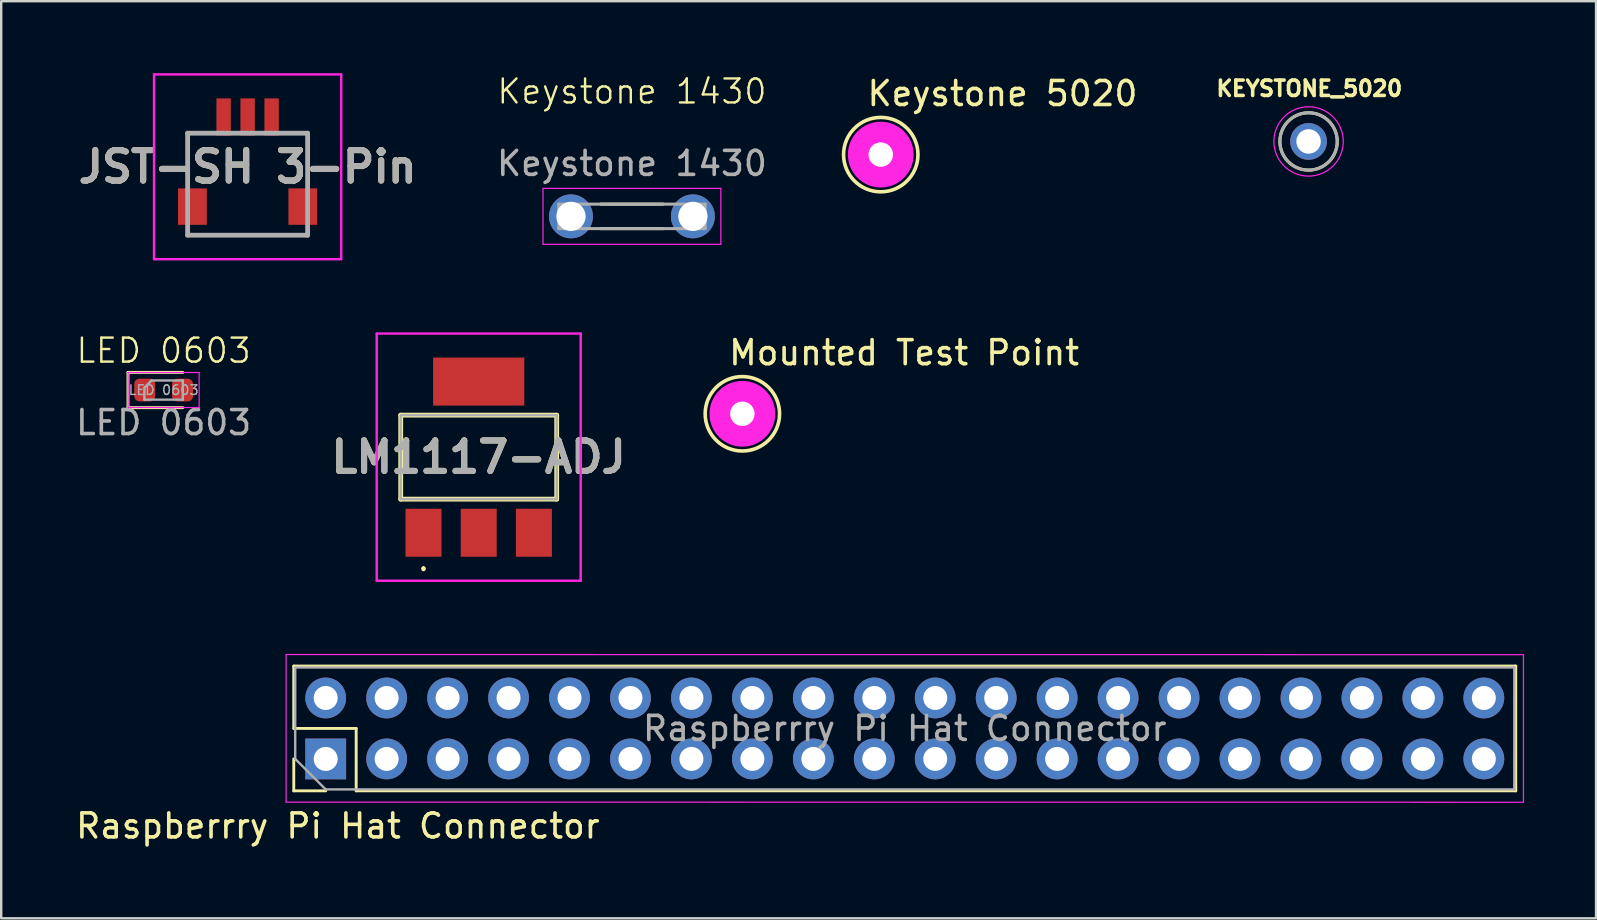
<source format=kicad_pcb>
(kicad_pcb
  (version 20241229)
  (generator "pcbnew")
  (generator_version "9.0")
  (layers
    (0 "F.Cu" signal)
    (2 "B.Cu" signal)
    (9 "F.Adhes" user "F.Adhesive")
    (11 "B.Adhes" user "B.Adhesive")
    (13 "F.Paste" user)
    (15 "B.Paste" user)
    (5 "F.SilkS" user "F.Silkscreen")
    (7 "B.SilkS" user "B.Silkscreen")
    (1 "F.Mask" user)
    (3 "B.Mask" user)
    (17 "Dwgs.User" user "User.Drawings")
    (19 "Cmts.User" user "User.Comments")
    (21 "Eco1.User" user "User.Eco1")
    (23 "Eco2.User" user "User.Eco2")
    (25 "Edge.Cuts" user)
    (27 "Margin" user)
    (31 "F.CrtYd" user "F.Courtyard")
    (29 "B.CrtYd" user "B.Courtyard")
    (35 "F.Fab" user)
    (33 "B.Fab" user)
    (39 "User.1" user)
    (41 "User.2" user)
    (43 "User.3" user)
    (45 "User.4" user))
  (footprint "LM1117-ADJ"
    (layer "F.Cu")
    (at 16.898 16)
    (property "Reference" "LM1117-ADJ" (at 0 0 0) (layer "F.SilkS") (effects (font (size 1.27 1.27) (thickness 0.254))))
    (attr smd)
    (fp_line (start -3.25 -1.75) (end 3.25 -1.75) (stroke (width 0.2) (type solid)) (layer "F.SilkS"))
    (fp_line (start -3.25 1.75) (end -3.25 -1.75) (stroke (width 0.2) (type solid)) (layer "F.SilkS"))
    (fp_line (start -2.3 4.6) (end -2.3 4.6) (stroke (width 0.1) (type solid)) (layer "F.SilkS"))
    (fp_line (start -2.3 4.7) (end -2.3 4.7) (stroke (width 0.1) (type solid)) (layer "F.SilkS"))
    (fp_line (start 3.25 -1.75) (end 3.25 1.75) (stroke (width 0.2) (type solid)) (layer "F.SilkS"))
    (fp_line (start 3.25 1.75) (end -3.25 1.75) (stroke (width 0.2) (type solid)) (layer "F.SilkS"))
    (fp_arc (start -2.3 4.6) (mid -2.25 4.65) (end -2.3 4.7) (stroke (width 0.1) (type solid)) (layer "F.SilkS"))
    (fp_arc (start -2.3 4.7) (mid -2.35 4.65) (end -2.3 4.6) (stroke (width 0.1) (type solid)) (layer "F.SilkS"))
    (fp_line (start -4.25 -5.15) (end 4.25 -5.15) (stroke (width 0.1) (type solid)) (layer "F.CrtYd"))
    (fp_line (start -4.25 5.15) (end -4.25 -5.15) (stroke (width 0.1) (type solid)) (layer "F.CrtYd"))
    (fp_line (start 4.25 -5.15) (end 4.25 5.15) (stroke (width 0.1) (type solid)) (layer "F.CrtYd"))
    (fp_line (start 4.25 5.15) (end -4.25 5.15) (stroke (width 0.1) (type solid)) (layer "F.CrtYd"))
    (fp_line (start -3.25 -1.75) (end 3.25 -1.75) (stroke (width 0.1) (type solid)) (layer "F.Fab"))
    (fp_line (start -3.25 1.75) (end -3.25 -1.75) (stroke (width 0.1) (type solid)) (layer "F.Fab"))
    (fp_line (start 3.25 -1.75) (end 3.25 1.75) (stroke (width 0.1) (type solid)) (layer "F.Fab"))
    (fp_line (start 3.25 1.75) (end -3.25 1.75) (stroke (width 0.1) (type solid)) (layer "F.Fab"))
    (fp_text user "${REFERENCE}" (at 0 0 0) (layer "F.Fab") (effects (font (size 1.27 1.27) (thickness 0.254))))
    (pad "1" smd rect (at -2.3 3.15) (size 1.5 2) (layers "F.Cu" "F.Mask" "F.Paste"))
    (pad "2" smd rect (at 0 3.15) (size 1.5 2) (layers "F.Cu" "F.Mask" "F.Paste"))
    (pad "3" smd rect (at 2.3 3.15) (size 1.5 2) (layers "F.Cu" "F.Mask" "F.Paste"))
    (pad "4" smd rect (at 0 -3.15 90) (size 2 3.8) (layers "F.Cu" "F.Mask" "F.Paste")))
  (footprint "Mounted Test Point"
    (layer "F.Cu")
    (at 27.885 14.193)
    (property "Reference" "Mounted Test Point" (at -0.645 -2.545 0) (layer "F.SilkS") (effects (font (size 1 1) (thickness 0.15)) (justify left)))
    (attr through_hole)
    (fp_circle (center 0 0) (end 1.55 0) (stroke (width 0.15) (type solid)) (fill no) (layer "F.SilkS"))
    (fp_circle (center 0 0) (end 0.685 0) (stroke (width 1.37) (type solid)) (fill no) (layer "F.CrtYd"))
    (fp_circle (center 0 0) (end 1.195 0) (stroke (width 0.15) (type solid)) (fill no) (layer "F.Fab"))
    (pad "1" thru_hole rect (at 0 0) (size 1.57 1.57) (drill 1.02) (layers "*.Cu")))
  (footprint "Keystone 1430"
    (layer "F.Cu")
    (at 23.283 5.944)
    (property "Reference" "Keystone 1430" (at 0 -5.183 0) (unlocked yes) (layer "F.SilkS") (effects (font (size 1 1) (thickness 0.1))))
    (attr through_hole)
    (fp_line (start -1.3 0.532) (end 1.3 0.532) (stroke (width 0.127) (type solid)) (layer "F.SilkS"))
    (fp_line (start 1.3 -0.488) (end -1.3 -0.488) (stroke (width 0.127) (type solid)) (layer "F.SilkS"))
    (fp_line (start -3.705 -1.143) (end -3.705 1.187) (stroke (width 0.05) (type solid)) (layer "F.CrtYd"))
    (fp_line (start -3.705 1.187) (end 3.705 1.187) (stroke (width 0.05) (type solid)) (layer "F.CrtYd"))
    (fp_line (start 3.705 -1.143) (end -3.705 -1.143) (stroke (width 0.05) (type solid)) (layer "F.CrtYd"))
    (fp_line (start 3.705 1.187) (end 3.705 -1.143) (stroke (width 0.05) (type solid)) (layer "F.CrtYd"))
    (fp_line (start -3.05 -0.488) (end -3.05 0.532) (stroke (width 0.127) (type solid)) (layer "F.Fab"))
    (fp_line (start -3.05 0.532) (end 3.05 0.532) (stroke (width 0.127) (type solid)) (layer "F.Fab"))
    (fp_line (start 3.05 -0.488) (end -3.05 -0.488) (stroke (width 0.127) (type solid)) (layer "F.Fab"))
    (fp_line (start 3.05 0.532) (end 3.05 -0.488) (stroke (width 0.127) (type solid)) (layer "F.Fab"))
    (fp_text user "${REFERENCE}" (at 0 -2.183 0) (unlocked yes) (layer "F.Fab") (effects (font (size 1 1) (thickness 0.15))))
    (pad "1" thru_hole circle (at -2.54 0.022) (size 1.83 1.83) (drill 1.22) (layers "*.Cu" "*.Mask"))
    (pad "2" thru_hole circle (at 2.54 0.022) (size 1.83 1.83) (drill 1.22) (layers "*.Cu" "*.Mask")))
  (footprint "LED 0603"
    (layer "F.Cu")
    (at 3.768 13.171)
    (property "Reference" "LED 0603" (at 0 -1.611 0) (unlocked yes) (layer "F.SilkS") (effects (font (size 1 1) (thickness 0.1))))
    (attr smd)
    (fp_line (start -1.485 -0.703) (end -1.485 0.767) (stroke (width 0.12) (type solid)) (layer "F.SilkS"))
    (fp_line (start -1.485 0.767) (end 0.8 0.767) (stroke (width 0.12) (type solid)) (layer "F.SilkS"))
    (fp_line (start 0.8 -0.703) (end -1.485 -0.703) (stroke (width 0.12) (type solid)) (layer "F.SilkS"))
    (fp_line (start -1.48 -0.698) (end 1.48 -0.698) (stroke (width 0.05) (type solid)) (layer "F.CrtYd"))
    (fp_line (start -1.48 0.762) (end -1.48 -0.698) (stroke (width 0.05) (type solid)) (layer "F.CrtYd"))
    (fp_line (start 1.48 -0.698) (end 1.48 0.762) (stroke (width 0.05) (type solid)) (layer "F.CrtYd"))
    (fp_line (start 1.48 0.762) (end -1.48 0.762) (stroke (width 0.05) (type solid)) (layer "F.CrtYd"))
    (fp_line (start -0.8 -0.068) (end -0.8 0.432) (stroke (width 0.1) (type solid)) (layer "F.Fab"))
    (fp_line (start -0.8 0.432) (end 0.8 0.432) (stroke (width 0.1) (type solid)) (layer "F.Fab"))
    (fp_line (start -0.5 -0.368) (end -0.8 -0.068) (stroke (width 0.1) (type solid)) (layer "F.Fab"))
    (fp_line (start 0.8 -0.368) (end -0.5 -0.368) (stroke (width 0.1) (type solid)) (layer "F.Fab"))
    (fp_line (start 0.8 0.432) (end 0.8 -0.368) (stroke (width 0.1) (type solid)) (layer "F.Fab"))
    (fp_text user "${REFERENCE}" (at 0 1.389 0) (unlocked yes) (layer "F.Fab") (effects (font (size 1 1) (thickness 0.15))))
    (fp_text user "${REFERENCE}" (at 0 0.032 0) (layer "F.Fab") (effects (font (size 0.4 0.4) (thickness 0.06))))
    (pad "1" smd roundrect (at -0.787 0.032) (size 0.875 0.95) (layers "F.Cu" "F.Mask" "F.Paste") (roundrect_rratio 0.25))
    (pad "2" smd roundrect (at 0.787 0.032) (size 0.875 0.95) (layers "F.Cu" "F.Mask" "F.Paste") (roundrect_rratio 0.25)))
  (footprint "Raspberrry Pi Hat Connector"
    (layer "F.Cu")
    (at 34.652 27.305)
    (property "Reference" "Raspberrry Pi Hat Connector" (at -23.622 4.064 180) (layer "F.SilkS") (effects (font (size 1 1) (thickness 0.15))))
    (attr through_hole)
    (fp_line (start -25.46 -2.6) (end 25.46 -2.6) (stroke (width 0.12) (type solid)) (layer "F.SilkS"))
    (fp_line (start -25.46 0) (end -25.46 -2.6) (stroke (width 0.12) (type solid)) (layer "F.SilkS"))
    (fp_line (start -25.46 2.6) (end -25.46 1.27) (stroke (width 0.12) (type solid)) (layer "F.SilkS"))
    (fp_line (start -24.13 2.6) (end -25.46 2.6) (stroke (width 0.12) (type solid)) (layer "F.SilkS"))
    (fp_line (start -22.86 0) (end -25.46 0) (stroke (width 0.12) (type solid)) (layer "F.SilkS"))
    (fp_line (start -22.86 2.6) (end -22.86 0) (stroke (width 0.12) (type solid)) (layer "F.SilkS"))
    (fp_line (start -22.86 2.6) (end 25.46 2.6) (stroke (width 0.12) (type solid)) (layer "F.SilkS"))
    (fp_line (start 25.46 2.6) (end 25.46 -2.6) (stroke (width 0.12) (type solid)) (layer "F.SilkS"))
    (fp_line (start -25.781 -3.08) (end -25.781 3.07) (stroke (width 0.05) (type solid)) (layer "F.CrtYd"))
    (fp_line (start -25.781 3.07) (end 25.781 3.075) (stroke (width 0.05) (type solid)) (layer "F.CrtYd"))
    (fp_line (start 25.781 -3.075) (end -25.781 -3.08) (stroke (width 0.05) (type solid)) (layer "F.CrtYd"))
    (fp_line (start 25.781 3.075) (end 25.781 -3.075) (stroke (width 0.05) (type solid)) (layer "F.CrtYd"))
    (fp_line (start -25.4 -2.54) (end 25.4 -2.54) (stroke (width 0.1) (type solid)) (layer "F.Fab"))
    (fp_line (start -25.4 1.27) (end -25.4 -2.54) (stroke (width 0.1) (type solid)) (layer "F.Fab"))
    (fp_line (start -24.13 2.54) (end -25.4 1.27) (stroke (width 0.1) (type solid)) (layer "F.Fab"))
    (fp_line (start 25.4 -2.54) (end 25.4 2.54) (stroke (width 0.1) (type solid)) (layer "F.Fab"))
    (fp_line (start 25.4 2.54) (end -24.13 2.54) (stroke (width 0.1) (type solid)) (layer "F.Fab"))
    (fp_text user "${REFERENCE}" (at 0 0 180) (layer "F.Fab") (effects (font (size 1 1) (thickness 0.15))))
    (pad "1" thru_hole rect (at -24.13 1.27 90) (size 1.7 1.7) (drill 1) (layers "*.Cu" "*.Mask"))
    (pad "2" thru_hole oval (at -24.13 -1.27 90) (size 1.7 1.7) (drill 1) (layers "*.Cu" "*.Mask"))
    (pad "3" thru_hole oval (at -21.59 1.27 90) (size 1.7 1.7) (drill 1) (layers "*.Cu" "*.Mask"))
    (pad "4" thru_hole oval (at -21.59 -1.27 90) (size 1.7 1.7) (drill 1) (layers "*.Cu" "*.Mask"))
    (pad "5" thru_hole oval (at -19.05 1.27 90) (size 1.7 1.7) (drill 1) (layers "*.Cu" "*.Mask"))
    (pad "6" thru_hole oval (at -19.05 -1.27 90) (size 1.7 1.7) (drill 1) (layers "*.Cu" "*.Mask"))
    (pad "7" thru_hole oval (at -16.51 1.27 90) (size 1.7 1.7) (drill 1) (layers "*.Cu" "*.Mask"))
    (pad "8" thru_hole oval (at -16.51 -1.27 90) (size 1.7 1.7) (drill 1) (layers "*.Cu" "*.Mask"))
    (pad "9" thru_hole oval (at -13.97 1.27 90) (size 1.7 1.7) (drill 1) (layers "*.Cu" "*.Mask"))
    (pad "10" thru_hole oval (at -13.97 -1.27 90) (size 1.7 1.7) (drill 1) (layers "*.Cu" "*.Mask"))
    (pad "11" thru_hole oval (at -11.43 1.27 90) (size 1.7 1.7) (drill 1) (layers "*.Cu" "*.Mask"))
    (pad "12" thru_hole oval (at -11.43 -1.27 90) (size 1.7 1.7) (drill 1) (layers "*.Cu" "*.Mask"))
    (pad "13" thru_hole oval (at -8.89 1.27 90) (size 1.7 1.7) (drill 1) (layers "*.Cu" "*.Mask"))
    (pad "14" thru_hole oval (at -8.89 -1.27 90) (size 1.7 1.7) (drill 1) (layers "*.Cu" "*.Mask"))
    (pad "15" thru_hole oval (at -6.35 1.27 90) (size 1.7 1.7) (drill 1) (layers "*.Cu" "*.Mask"))
    (pad "16" thru_hole oval (at -6.35 -1.27 90) (size 1.7 1.7) (drill 1) (layers "*.Cu" "*.Mask"))
    (pad "17" thru_hole oval (at -3.81 1.27 90) (size 1.7 1.7) (drill 1) (layers "*.Cu" "*.Mask"))
    (pad "18" thru_hole oval (at -3.81 -1.27 90) (size 1.7 1.7) (drill 1) (layers "*.Cu" "*.Mask"))
    (pad "19" thru_hole oval (at -1.27 1.27 90) (size 1.7 1.7) (drill 1) (layers "*.Cu" "*.Mask"))
    (pad "20" thru_hole oval (at -1.27 -1.27 90) (size 1.7 1.7) (drill 1) (layers "*.Cu" "*.Mask"))
    (pad "21" thru_hole oval (at 1.27 1.27 90) (size 1.7 1.7) (drill 1) (layers "*.Cu" "*.Mask"))
    (pad "22" thru_hole oval (at 1.27 -1.27 90) (size 1.7 1.7) (drill 1) (layers "*.Cu" "*.Mask"))
    (pad "23" thru_hole oval (at 3.81 1.27 90) (size 1.7 1.7) (drill 1) (layers "*.Cu" "*.Mask"))
    (pad "24" thru_hole oval (at 3.81 -1.27 90) (size 1.7 1.7) (drill 1) (layers "*.Cu" "*.Mask"))
    (pad "25" thru_hole oval (at 6.35 1.27 90) (size 1.7 1.7) (drill 1) (layers "*.Cu" "*.Mask"))
    (pad "26" thru_hole oval (at 6.35 -1.27 90) (size 1.7 1.7) (drill 1) (layers "*.Cu" "*.Mask"))
    (pad "27" thru_hole oval (at 8.89 1.27 90) (size 1.7 1.7) (drill 1) (layers "*.Cu" "*.Mask"))
    (pad "28" thru_hole oval (at 8.89 -1.27 90) (size 1.7 1.7) (drill 1) (layers "*.Cu" "*.Mask"))
    (pad "29" thru_hole oval (at 11.43 1.27 90) (size 1.7 1.7) (drill 1) (layers "*.Cu" "*.Mask"))
    (pad "30" thru_hole oval (at 11.43 -1.27 90) (size 1.7 1.7) (drill 1) (layers "*.Cu" "*.Mask"))
    (pad "31" thru_hole oval (at 13.97 1.27 90) (size 1.7 1.7) (drill 1) (layers "*.Cu" "*.Mask"))
    (pad "32" thru_hole oval (at 13.97 -1.27 90) (size 1.7 1.7) (drill 1) (layers "*.Cu" "*.Mask"))
    (pad "33" thru_hole oval (at 16.51 1.27 90) (size 1.7 1.7) (drill 1) (layers "*.Cu" "*.Mask"))
    (pad "34" thru_hole oval (at 16.51 -1.27 90) (size 1.7 1.7) (drill 1) (layers "*.Cu" "*.Mask"))
    (pad "35" thru_hole oval (at 19.05 1.27 90) (size 1.7 1.7) (drill 1) (layers "*.Cu" "*.Mask"))
    (pad "36" thru_hole oval (at 19.05 -1.27 90) (size 1.7 1.7) (drill 1) (layers "*.Cu" "*.Mask"))
    (pad "37" thru_hole oval (at 21.59 1.27 90) (size 1.7 1.7) (drill 1) (layers "*.Cu" "*.Mask"))
    (pad "38" thru_hole oval (at 21.59 -1.27 90) (size 1.7 1.7) (drill 1) (layers "*.Cu" "*.Mask"))
    (pad "39" thru_hole oval (at 24.13 1.27 90) (size 1.7 1.7) (drill 1) (layers "*.Cu" "*.Mask"))
    (pad "40" thru_hole oval (at 24.13 -1.27 90) (size 1.7 1.7) (drill 1) (layers "*.Cu" "*.Mask")))
  (footprint "KEYSTONE_5020"
    (layer "F.Cu")
    (at 51.479 2.844)
    (property "Reference" "KEYSTONE_5020" (at 0.032 -2.206 0) (layer "F.SilkS") (effects (font (size 0.64 0.64) (thickness 0.15))))
    (attr through_hole)
    (fp_circle (center 0 0) (end 1.195 0) (stroke (width 0.127) (type solid)) (fill no) (layer "F.SilkS"))
    (fp_circle (center 0 0) (end 1.445 0) (stroke (width 0.05) (type solid)) (fill no) (layer "F.CrtYd"))
    (fp_circle (center 0 0) (end 1.195 0) (stroke (width 0.127) (type solid)) (fill no) (layer "F.Fab"))
    (pad "1" thru_hole circle (at 0 0) (size 1.53 1.53) (drill 1.02) (layers "*.Cu" "*.Mask")))
  (footprint "JST-SH 3-Pin"
    (layer "F.Cu")
    (at 7.269 4.287)
    (property "Reference" "JST-SH 3-Pin" (at 0 -0.388 0) (layer "F.SilkS") (effects (font (size 1.27 1.27) (thickness 0.254))))
    (attr smd)
    (fp_line (start -2.5 -1.787) (end -2 -1.787) (stroke (width 0.1) (type solid)) (layer "F.SilkS"))
    (fp_line (start -2.5 -0.5) (end -2.5 -1.787) (stroke (width 0.1) (type solid)) (layer "F.SilkS"))
    (fp_line (start 2.5 -1.787) (end 2 -1.787) (stroke (width 0.1) (type solid)) (layer "F.SilkS"))
    (fp_line (start 2.5 -0.5) (end 2.5 -1.787) (stroke (width 0.1) (type solid)) (layer "F.SilkS"))
    (fp_line (start -3.9 -4.237) (end 3.9 -4.237) (stroke (width 0.1) (type solid)) (layer "F.CrtYd"))
    (fp_line (start -3.9 3.463) (end -3.9 -4.237) (stroke (width 0.1) (type solid)) (layer "F.CrtYd"))
    (fp_line (start 3.9 -4.237) (end 3.9 3.463) (stroke (width 0.1) (type solid)) (layer "F.CrtYd"))
    (fp_line (start 3.9 3.463) (end -3.9 3.463) (stroke (width 0.1) (type solid)) (layer "F.CrtYd"))
    (fp_line (start -2.5 -1.787) (end 2.5 -1.787) (stroke (width 0.2) (type solid)) (layer "F.Fab"))
    (fp_line (start -2.5 2.463) (end -2.5 -1.787) (stroke (width 0.2) (type solid)) (layer "F.Fab"))
    (fp_line (start 2.5 -1.787) (end 2.5 2.463) (stroke (width 0.2) (type solid)) (layer "F.Fab"))
    (fp_line (start 2.5 2.463) (end -2.5 2.463) (stroke (width 0.2) (type solid)) (layer "F.Fab"))
    (fp_text user "${REFERENCE}" (at 0 -0.388 0) (layer "F.Fab") (effects (font (size 1.27 1.27) (thickness 0.254))))
    (pad "1" smd rect (at -1 -2.463) (size 0.6 1.55) (layers "F.Cu" "F.Mask" "F.Paste"))
    (pad "2" smd rect (at 0 -2.463) (size 0.6 1.55) (layers "F.Cu" "F.Mask" "F.Paste"))
    (pad "3" smd rect (at 1 -2.463) (size 0.6 1.55) (layers "F.Cu" "F.Mask" "F.Paste"))
    (pad "MP1" smd rect (at -2.3 1.272) (size 1.2 1.519) (layers "F.Cu" "F.Mask" "F.Paste"))
    (pad "MP2" smd rect (at 2.3 1.272) (size 1.2 1.519) (layers "F.Cu" "F.Mask" "F.Paste")))
  (footprint "Keystone 5020"
    (layer "F.Cu")
    (at 33.652 3.393)
    (property "Reference" "Keystone 5020" (at -0.645 -2.545 0) (layer "F.SilkS") (effects (font (size 1 1) (thickness 0.15)) (justify left)))
    (attr through_hole)
    (fp_circle (center 0 0) (end 1.55 0) (stroke (width 0.15) (type solid)) (fill no) (layer "F.SilkS"))
    (fp_circle (center 0 0) (end 0.685 0) (stroke (width 1.37) (type solid)) (fill no) (layer "F.CrtYd"))
    (fp_circle (center 0 0) (end 1.195 0) (stroke (width 0.15) (type solid)) (fill no) (layer "F.Fab"))
    (pad "1" thru_hole rect (at 0 0) (size 1.57 1.57) (drill 1.02) (layers "*.Cu")))
  (gr_rect
    (start -3 -3)
    (end 63.458 35.217)
    (stroke (width 0.1) (type default))
    (fill no)
    (layer "Edge.Cuts")))
</source>
